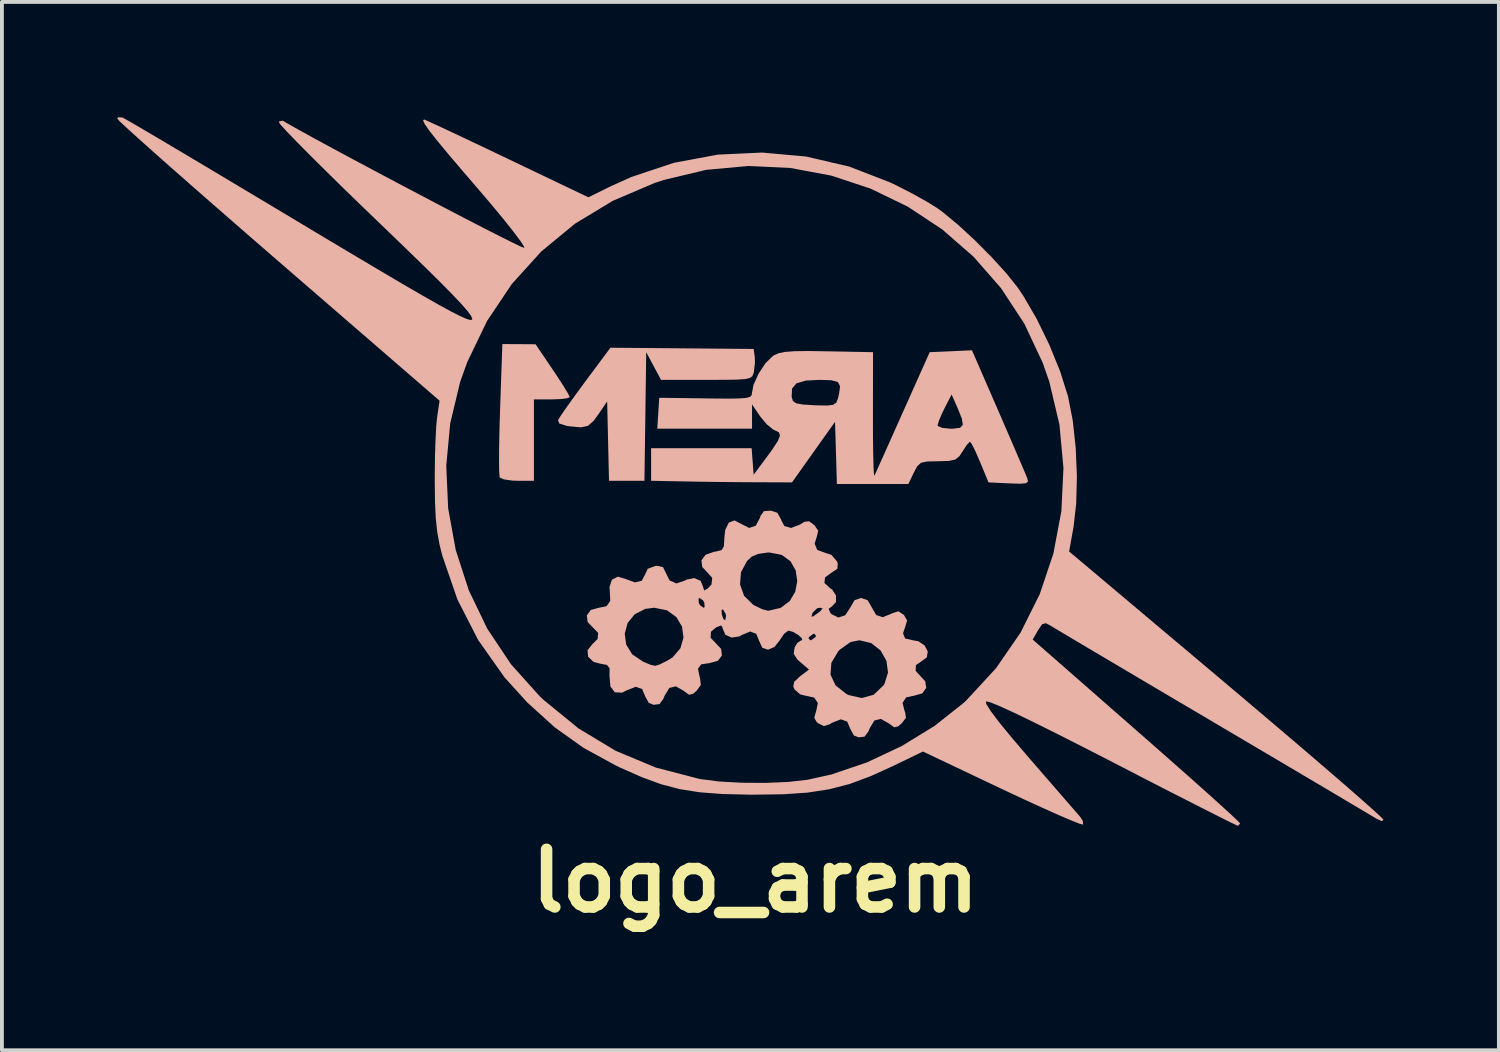
<source format=kicad_pcb>
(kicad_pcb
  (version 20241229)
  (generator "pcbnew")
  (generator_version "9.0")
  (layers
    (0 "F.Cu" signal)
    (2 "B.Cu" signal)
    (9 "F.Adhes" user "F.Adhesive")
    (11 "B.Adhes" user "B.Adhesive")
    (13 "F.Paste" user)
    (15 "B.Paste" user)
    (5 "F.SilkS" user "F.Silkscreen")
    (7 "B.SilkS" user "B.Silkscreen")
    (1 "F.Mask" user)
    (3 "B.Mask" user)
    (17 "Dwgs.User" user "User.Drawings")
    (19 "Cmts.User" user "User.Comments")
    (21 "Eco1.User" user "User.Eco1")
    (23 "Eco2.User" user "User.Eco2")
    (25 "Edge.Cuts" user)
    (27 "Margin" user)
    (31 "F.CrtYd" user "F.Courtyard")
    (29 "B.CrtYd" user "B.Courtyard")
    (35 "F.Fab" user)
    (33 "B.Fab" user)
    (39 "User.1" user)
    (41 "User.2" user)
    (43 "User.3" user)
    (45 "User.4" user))
  (footprint "logo_arem"
    (layer "F.Cu")
    (at 16.011 8.862)
    (property "Reference" "logo_arem" (at 0.584 11 0) (layer "F.SilkS") (effects (font (size 1.5 1.5) (thickness 0.3))))
    (attr board_only exclude_from_pos_files exclude_from_bom)
    (fp_poly (pts (xy -6.054 -1.269) (xy -6.07 -0.748) (xy -6.079 -0.283) (xy -6.081 0.098) (xy -6.077 0.369) (xy -6.065 0.502) (xy -6.062 0.509) (xy -5.954 0.557) (xy -5.736 0.588) (xy -5.592 0.593) (xy -5.174 0.593) (xy -5.174 -0.466) (xy -5.174 -1.524) (xy -4.708 -1.524) (xy -4.453 -1.534) (xy -4.284 -1.56) (xy -4.242 -1.585) (xy -4.287 -1.678) (xy -4.407 -1.876) (xy -4.581 -2.144) (xy -4.687 -2.302) (xy -5.131 -2.958) (xy -5.563 -2.961) (xy -5.995 -2.963)) (stroke (width 0) (type solid)) (fill yes) (layer "B.SilkS"))
    (fp_poly (pts (xy -3.844 -1.981) (xy -4.095 -1.639) (xy -4.309 -1.341) (xy -4.466 -1.115) (xy -4.544 -0.99) (xy -4.547 -0.982) (xy -4.514 -0.896) (xy -4.329 -0.837) (xy -4.237 -0.823) (xy -3.954 -0.797) (xy -3.77 -0.835) (xy -3.621 -0.966) (xy -3.48 -1.16) (xy -3.269 -1.47) (xy -3.245 -0.439) (xy -3.221 0.593) (xy -2.76 0.593) (xy -2.299 0.593) (xy -2.276 -1.079) (xy -2.253 -2.752) (xy -2.061 -2.392) (xy -1.868 -2.032) (xy -0.686 -2.032) (xy -0.218 -2.033) (xy 0.107 -2.038) (xy 0.318 -2.053) (xy 0.442 -2.081) (xy 0.506 -2.127) (xy 0.536 -2.196) (xy 0.547 -2.235) (xy 0.576 -2.485) (xy 0.569 -2.637) (xy 0.541 -2.836) (xy -1.321 -2.852) (xy -3.184 -2.868)) (stroke (width 0) (type solid)) (fill yes) (layer "B.SilkS"))
    (fp_poly (pts (xy 5.67 -2.776) (xy 5.12 -2.752) (xy 4.42 -1.185) (xy 4.205 -0.705) (xy 4.014 -0.277) (xy 3.855 0.077) (xy 3.742 0.33) (xy 3.685 0.457) (xy 3.681 0.466) (xy 3.669 0.412) (xy 3.659 0.213) (xy 3.651 -0.107) (xy 3.645 -0.525) (xy 3.644 -1.017) (xy 3.644 -1.101) (xy 3.645 -1.864) (xy 2.789 -1.864) (xy 2.761 -1.66) (xy 2.731 -1.542) (xy 2.69 -1.438) (xy 2.61 -1.383) (xy 2.45 -1.364) (xy 2.168 -1.37) (xy 2.118 -1.372) (xy 1.816 -1.391) (xy 1.644 -1.423) (xy 1.562 -1.483) (xy 1.53 -1.586) (xy 1.53 -1.592) (xy 1.54 -1.806) (xy 1.655 -1.942) (xy 1.897 -2.013) (xy 2.245 -2.032) (xy 2.558 -2.023) (xy 2.731 -1.976) (xy 2.789 -1.864) (xy 3.645 -1.864) (xy 3.646 -2.752) (xy 2.454 -2.775) (xy 1.961 -2.782) (xy 1.606 -2.777) (xy 1.36 -2.759) (xy 1.192 -2.725) (xy 1.071 -2.672) (xy 1.045 -2.656) (xy 0.849 -2.466) (xy 0.667 -2.191) (xy 0.537 -1.9) (xy 0.499 -1.701) (xy 0.49 -1.635) (xy 0.448 -1.59) (xy 0.345 -1.562) (xy 0.157 -1.548) (xy -0.142 -1.544) (xy -0.579 -1.548) (xy -0.708 -1.55) (xy -1.914 -1.566) (xy -1.94 -1.164) (xy -1.966 -0.762) (xy -0.733 -0.762) (xy 0.499 -0.762) (xy 0.499 -1.078) (xy 0.499 -1.394) (xy 0.709 -1.084) (xy 0.879 -0.879) (xy 1.05 -0.74) (xy 1.097 -0.718) (xy 1.199 -0.667) (xy 1.226 -0.583) (xy 1.169 -0.44) (xy 1.019 -0.211) (xy 0.862 0.003) (xy 0.541 0.434) (xy 0.515 0.09) (xy 0.489 -0.254) (xy -0.818 -0.254) (xy -2.126 -0.254) (xy -2.126 0.169) (xy -2.126 0.593) (xy -1.3 0.609) (xy -0.853 0.617) (xy -0.318 0.624) (xy 0.225 0.629) (xy 0.532 0.631) (xy 1.539 0.635) (xy 2.098 -0.153) (xy 2.658 -0.94) (xy 2.682 -0.131) (xy 2.706 0.677) (xy 3.636 0.677) (xy 4.566 0.677) (xy 4.707 0.381) (xy 4.796 0.214) (xy 4.894 0.125) (xy 5.054 0.091) (xy 5.329 0.085) (xy 5.336 0.085) (xy 5.618 0.077) (xy 5.786 0.04) (xy 5.894 -0.048) (xy 5.973 -0.169) (xy 6.085 -0.339) (xy 6.162 -0.421) (xy 6.169 -0.423) (xy 6.221 -0.351) (xy 6.315 -0.161) (xy 6.43 0.104) (xy 6.431 0.106) (xy 6.649 0.635) (xy 7.183 0.66) (xy 7.471 0.67) (xy 7.625 0.657) (xy 7.676 0.613) (xy 7.66 0.533) (xy 7.611 0.412) (xy 7.504 0.161) (xy 7.352 -0.193) (xy 7.166 -0.624) (xy 7.062 -0.863) (xy 5.982 -0.863) (xy 5.911 -0.785) (xy 5.73 -0.763) (xy 5.664 -0.762) (xy 5.451 -0.782) (xy 5.334 -0.83) (xy 5.325 -0.85) (xy 5.361 -0.973) (xy 5.452 -1.183) (xy 5.507 -1.295) (xy 5.69 -1.651) (xy 5.84 -1.312) (xy 5.955 -1.029) (xy 5.982 -0.863) (xy 7.062 -0.863) (xy 6.957 -1.107) (xy 6.912 -1.21) (xy 6.22 -2.801)) (stroke (width 0) (type solid)) (fill yes) (layer "B.SilkS"))
    (fp_poly (pts (xy -16.011 -8.826) (xy -15.949 -8.758) (xy -15.769 -8.589) (xy -15.482 -8.329) (xy -15.098 -7.985) (xy -14.629 -7.569) (xy -14.084 -7.09) (xy -13.475 -6.557) (xy -12.812 -5.978) (xy -12.106 -5.365) (xy -11.82 -5.117) (xy -7.628 -1.489) (xy -7.692 -1.062) (xy -7.715 -0.819) (xy -7.734 -0.452) (xy -7.748 -0.006) (xy -7.753 0.473) (xy -7.753 0.593) (xy -7.747 1.142) (xy -7.727 1.57) (xy -7.689 1.924) (xy -7.628 2.253) (xy -7.557 2.54) (xy -7.165 3.678) (xy -6.624 4.735) (xy -5.938 5.707) (xy -5.35 6.356) (xy -4.633 7.006) (xy -3.884 7.539) (xy -3.04 8.001) (xy -2.922 8.057) (xy -2.365 8.303) (xy -1.866 8.486) (xy -1.38 8.613) (xy -0.862 8.695) (xy -0.27 8.74) (xy 0.441 8.757) (xy 0.541 8.757) (xy 1.306 8.747) (xy 1.948 8.703) (xy 2.512 8.616) (xy 3.041 8.478) (xy 3.58 8.278) (xy 4.175 8.008) (xy 4.182 8.004) (xy 4.944 7.635) (xy 7.001 8.611) (xy 7.547 8.867) (xy 8.042 9.094) (xy 8.466 9.283) (xy 8.799 9.426) (xy 9.02 9.513) (xy 9.11 9.536) (xy 9.11 9.535) (xy 9.103 9.44) (xy 9.035 9.335) (xy 8.943 9.229) (xy 8.758 9.016) (xy 8.499 8.717) (xy 8.184 8.354) (xy 7.831 7.947) (xy 7.703 7.8) (xy 7.269 7.292) (xy 6.936 6.886) (xy 6.709 6.586) (xy 6.592 6.398) (xy 6.58 6.331) (xy 6.677 6.348) (xy 6.918 6.444) (xy 7.298 6.618) (xy 7.813 6.866) (xy 8.458 7.187) (xy 9.23 7.579) (xy 9.871 7.908) (xy 10.552 8.26) (xy 11.186 8.586) (xy 11.758 8.878) (xy 12.252 9.129) (xy 12.652 9.331) (xy 12.942 9.476) (xy 13.107 9.555) (xy 13.139 9.567) (xy 13.194 9.507) (xy 13.193 9.504) (xy 13.13 9.436) (xy 12.953 9.269) (xy 12.674 9.015) (xy 12.308 8.685) (xy 11.866 8.291) (xy 11.362 7.846) (xy 10.81 7.36) (xy 10.493 7.082) (xy 7.799 4.723) (xy 7.937 4.482) (xy 8.044 4.324) (xy 8.14 4.296) (xy 8.245 4.351) (xy 8.348 4.413) (xy 8.584 4.554) (xy 8.937 4.764) (xy 9.395 5.036) (xy 9.943 5.36) (xy 10.568 5.73) (xy 11.256 6.137) (xy 11.994 6.572) (xy 12.479 6.859) (xy 13.241 7.309) (xy 13.963 7.735) (xy 14.632 8.131) (xy 15.233 8.486) (xy 15.752 8.794) (xy 16.176 9.046) (xy 16.491 9.233) (xy 16.683 9.348) (xy 16.734 9.38) (xy 16.879 9.445) (xy 16.924 9.41) (xy 16.861 9.341) (xy 16.679 9.173) (xy 16.389 8.915) (xy 16.002 8.576) (xy 15.529 8.167) (xy 14.981 7.696) (xy 14.369 7.174) (xy 13.704 6.609) (xy 12.996 6.011) (xy 12.836 5.875) (xy 8.747 2.432) (xy 8.862 1.787) (xy 8.931 1.182) (xy 8.949 0.478) (xy 8.94 0.262) (xy 8.599 0.262) (xy 8.545 1.384) (xy 8.338 2.482) (xy 7.983 3.54) (xy 7.484 4.541) (xy 6.844 5.469) (xy 6.07 6.307) (xy 5.995 6.376) (xy 5.249 6.967) (xy 4.398 7.489) (xy 3.488 7.918) (xy 2.566 8.231) (xy 1.938 8.37) (xy 1.44 8.426) (xy 0.849 8.451) (xy 0.229 8.447) (xy -0.357 8.414) (xy -0.843 8.352) (xy -0.87 8.347) (xy -2.004 8.052) (xy -3.047 7.616) (xy -4.015 7.033) (xy -4.919 6.295) (xy -5.023 6.197) (xy -5.771 5.364) (xy -6.387 4.44) (xy -6.867 3.443) (xy -7.208 2.392) (xy -7.405 1.305) (xy -7.454 0.201) (xy -7.351 -0.9) (xy -7.092 -1.981) (xy -6.908 -2.494) (xy -6.393 -3.563) (xy -5.75 -4.523) (xy -4.985 -5.369) (xy -4.106 -6.094) (xy -3.12 -6.69) (xy -2.034 -7.153) (xy -1.797 -7.231) (xy -0.696 -7.494) (xy 0.407 -7.595) (xy 1.497 -7.543) (xy 2.561 -7.344) (xy 3.583 -7.006) (xy 4.55 -6.537) (xy 5.447 -5.944) (xy 6.261 -5.234) (xy 6.977 -4.415) (xy 7.581 -3.494) (xy 8.058 -2.479) (xy 8.23 -1.988) (xy 8.495 -0.868) (xy 8.599 0.262) (xy 8.94 0.262) (xy 8.918 -0.261) (xy 8.841 -0.972) (xy 8.72 -1.594) (xy 8.716 -1.609) (xy 8.513 -2.252) (xy 8.231 -2.945) (xy 7.9 -3.625) (xy 7.549 -4.227) (xy 7.41 -4.432) (xy 7.112 -4.806) (xy 6.725 -5.23) (xy 6.292 -5.665) (xy 5.856 -6.068) (xy 5.458 -6.396) (xy 5.298 -6.512) (xy 5.036 -6.673) (xy 4.68 -6.871) (xy 4.288 -7.073) (xy 4.109 -7.16) (xy 3.029 -7.579) (xy 1.907 -7.841) (xy 0.761 -7.944) (xy -0.391 -7.89) (xy -1.531 -7.678) (xy -2.642 -7.308) (xy -3.174 -7.068) (xy -3.757 -6.78) (xy -5.876 -7.793) (xy -6.429 -8.057) (xy -6.931 -8.295) (xy -7.362 -8.498) (xy -7.702 -8.657) (xy -7.932 -8.762) (xy -8.03 -8.805) (xy -8.032 -8.805) (xy -8.056 -8.777) (xy -8.015 -8.687) (xy -7.901 -8.522) (xy -7.706 -8.273) (xy -7.421 -7.928) (xy -7.038 -7.477) (xy -6.66 -7.038) (xy -6.295 -6.61) (xy -5.975 -6.224) (xy -5.715 -5.898) (xy -5.53 -5.651) (xy -5.432 -5.501) (xy -5.424 -5.464) (xy -5.507 -5.495) (xy -5.72 -5.597) (xy -6.045 -5.759) (xy -6.463 -5.972) (xy -6.954 -6.225) (xy -7.501 -6.51) (xy -8.083 -6.816) (xy -8.683 -7.132) (xy -9.282 -7.45) (xy -9.861 -7.759) (xy -10.401 -8.049) (xy -10.883 -8.311) (xy -11.288 -8.534) (xy -11.598 -8.709) (xy -11.708 -8.774) (xy -11.799 -8.752) (xy -11.81 -8.737) (xy -11.76 -8.665) (xy -11.6 -8.489) (xy -11.342 -8.222) (xy -10.998 -7.875) (xy -10.581 -7.461) (xy -10.104 -6.992) (xy -9.577 -6.482) (xy -9.272 -6.188) (xy -8.617 -5.557) (xy -8.077 -5.033) (xy -7.643 -4.606) (xy -7.308 -4.267) (xy -7.063 -4.008) (xy -6.898 -3.819) (xy -6.806 -3.692) (xy -6.777 -3.617) (xy -6.783 -3.597) (xy -6.829 -3.589) (xy -6.93 -3.619) (xy -7.096 -3.692) (xy -7.336 -3.815) (xy -7.659 -3.991) (xy -8.075 -4.227) (xy -8.593 -4.528) (xy -9.223 -4.9) (xy -9.974 -5.346) (xy -10.856 -5.873) (xy -11.308 -6.144) (xy -12.1 -6.619) (xy -12.851 -7.068) (xy -13.548 -7.485) (xy -14.178 -7.86) (xy -14.728 -8.187) (xy -15.186 -8.457) (xy -15.538 -8.664) (xy -15.772 -8.799) (xy -15.874 -8.855) (xy -15.875 -8.856) (xy -15.99 -8.862)) (stroke (width 0) (type solid)) (fill yes) (layer "B.SilkS"))
    (fp_poly (pts (xy 0.808 1.383) (xy 0.72 1.505) (xy 0.706 1.555) (xy 0.596 1.761) (xy 0.426 1.82) (xy 0.228 1.72) (xy 0.228 1.72) (xy 0.043 1.624) (xy -0.106 1.681) (xy -0.199 1.874) (xy -0.221 2.084) (xy -0.233 2.299) (xy -0.296 2.398) (xy -0.449 2.435) (xy -0.487 2.439) (xy -0.708 2.516) (xy -0.817 2.663) (xy -0.796 2.835) (xy -0.686 2.952) (xy -0.536 3.118) (xy -0.555 3.288) (xy -0.644 3.387) (xy -0.744 3.446) (xy -0.771 3.37) (xy -0.771 3.359) (xy -0.838 3.195) (xy -1.002 3.123) (xy -1.205 3.164) (xy -1.241 3.186) (xy -1.468 3.264) (xy -1.645 3.185) (xy -1.74 2.994) (xy -1.815 2.84) (xy -1.967 2.805) (xy -2.023 2.81) (xy -2.215 2.883) (xy -2.279 3.022) (xy -2.368 3.192) (xy -2.546 3.237) (xy -2.78 3.15) (xy -2.782 3.148) (xy -2.992 3.087) (xy -3.146 3.166) (xy -3.209 3.357) (xy -3.2 3.461) (xy -3.189 3.719) (xy -3.287 3.857) (xy -3.484 3.895) (xy -3.694 3.953) (xy -3.798 4.094) (xy -3.777 4.265) (xy -3.661 4.388) (xy -3.504 4.548) (xy -3.517 4.708) (xy -3.649 4.837) (xy -3.778 4.998) (xy -3.765 5.168) (xy -3.625 5.302) (xy -3.451 5.35) (xy -3.273 5.383) (xy -3.206 5.47) (xy -3.208 5.668) (xy -3.208 5.672) (xy -3.184 5.945) (xy -3.069 6.095) (xy -2.884 6.104) (xy -2.752 6.04) (xy -2.524 5.951) (xy -2.36 6.009) (xy -2.281 6.197) (xy -2.186 6.371) (xy -2.06 6.42) (xy -1.907 6.4) (xy -1.806 6.262) (xy -1.777 6.187) (xy -1.652 5.981) (xy -1.483 5.939) (xy -1.272 6.06) (xy -1.265 6.067) (xy -1.138 6.159) (xy -1.033 6.132) (xy -0.946 6.058) (xy -0.833 5.905) (xy -0.854 5.721) (xy -0.862 5.7) (xy -0.907 5.482) (xy -0.824 5.367) (xy -0.603 5.334) (xy -0.39 5.276) (xy -0.284 5.137) (xy -0.304 4.966) (xy -0.421 4.841) (xy -0.577 4.678) (xy -0.577 4.67) (xy -1.284 4.67) (xy -1.364 4.95) (xy -1.57 5.188) (xy -1.703 5.27) (xy -1.9 5.369) (xy -2.018 5.405) (xy -2.133 5.382) (xy -2.322 5.303) (xy -2.333 5.299) (xy -2.618 5.107) (xy -2.775 4.851) (xy -2.812 4.568) (xy -2.737 4.294) (xy -2.556 4.068) (xy -2.279 3.925) (xy -2.045 3.895) (xy -1.712 3.962) (xy -1.468 4.139) (xy -1.322 4.387) (xy -1.284 4.67) (xy -0.577 4.67) (xy -0.57 4.52) (xy -0.432 4.403) (xy -0.302 4.355) (xy -0.263 4.422) (xy -0.263 4.439) (xy -0.195 4.598) (xy -0.031 4.672) (xy 0.171 4.64) (xy 0.236 4.603) (xy 0.452 4.513) (xy 0.609 4.574) (xy 0.683 4.757) (xy 0.765 4.935) (xy 0.915 4.987) (xy 1.085 4.914) (xy 1.216 4.747) (xy 1.333 4.573) (xy 1.443 4.491) (xy 1.454 4.49) (xy 1.572 4.526) (xy 1.702 4.604) (xy 1.796 4.687) (xy 1.803 4.738) (xy 1.782 4.741) (xy 1.676 4.811) (xy 1.606 4.932) (xy 1.583 5.091) (xy 1.674 5.237) (xy 1.757 5.312) (xy 1.981 5.503) (xy 1.748 5.679) (xy 1.596 5.82) (xy 1.571 5.94) (xy 1.603 6.018) (xy 1.751 6.149) (xy 1.882 6.181) (xy 2.116 6.231) (xy 2.211 6.373) (xy 2.168 6.581) (xy 2.117 6.753) (xy 2.179 6.867) (xy 2.227 6.905) (xy 2.367 6.973) (xy 2.512 6.93) (xy 2.582 6.886) (xy 2.81 6.797) (xy 2.974 6.856) (xy 3.053 7.043) (xy 3.148 7.218) (xy 3.274 7.266) (xy 3.427 7.247) (xy 3.528 7.109) (xy 3.557 7.034) (xy 3.682 6.828) (xy 3.851 6.786) (xy 4.062 6.907) (xy 4.069 6.913) (xy 4.195 7.005) (xy 4.3 6.979) (xy 4.391 6.903) (xy 4.503 6.757) (xy 4.48 6.608) (xy 4.469 6.587) (xy 4.414 6.37) (xy 4.507 6.228) (xy 4.72 6.181) (xy 4.928 6.122) (xy 5.03 5.98) (xy 5.004 5.808) (xy 4.898 5.694) (xy 4.795 5.58) (xy 4.036 5.58) (xy 3.943 5.876) (xy 3.919 5.914) (xy 3.662 6.159) (xy 3.355 6.244) (xy 3.011 6.166) (xy 2.953 6.137) (xy 2.672 5.915) (xy 2.54 5.635) (xy 2.562 5.329) (xy 2.741 5.028) (xy 2.778 4.989) (xy 3.06 4.788) (xy 3.293 4.741) (xy 3.601 4.815) (xy 3.843 5.007) (xy 3.995 5.277) (xy 4.036 5.58) (xy 4.795 5.58) (xy 4.755 5.535) (xy 4.761 5.388) (xy 4.902 5.292) (xy 5.046 5.185) (xy 5.069 5.031) (xy 4.988 4.876) (xy 4.824 4.766) (xy 4.678 4.741) (xy 4.48 4.694) (xy 4.452 4.624) (xy 2.163 4.624) (xy 2.15 4.657) (xy 2.038 4.738) (xy 2.013 4.741) (xy 1.967 4.689) (xy 1.981 4.657) (xy 2.093 4.575) (xy 2.118 4.572) (xy 2.163 4.624) (xy 4.452 4.624) (xy 4.426 4.558) (xy 4.483 4.395) (xy 4.533 4.226) (xy 4.451 4.085) (xy 4.443 4.077) (xy 4.306 3.987) (xy 4.157 4.034) (xy 4.139 4.044) (xy 3.9 4.141) (xy 3.728 4.084) (xy 3.619 3.895) (xy 3.506 3.699) (xy 3.336 3.641) (xy 3.335 3.641) (xy 3.165 3.699) (xy 3.052 3.894) (xy 3.052 3.895) (xy 2.922 4.091) (xy 2.745 4.15) (xy 2.565 4.06) (xy 2.539 4.032) (xy 2.491 3.923) (xy 2.505 3.912) (xy 2.336 3.912) (xy 2.275 3.984) (xy 2.23 4.019) (xy 2.085 4.123) (xy 2.044 4.124) (xy 2.048 4.111) (xy -0.178 4.111) (xy -0.199 4.225) (xy -0.247 4.184) (xy -0.288 4.064) (xy -0.293 3.949) (xy -0.255 3.942) (xy -0.185 4.059) (xy -0.178 4.111) (xy 2.048 4.111) (xy 2.076 4.023) (xy 2.077 4.022) (xy 2.193 3.909) (xy 2.26 3.895) (xy 2.336 3.912) (xy 2.505 3.912) (xy 2.571 3.865) (xy 2.682 3.75) (xy 2.684 3.579) (xy 2.584 3.423) (xy 2.531 3.387) (xy 2.382 3.251) (xy 2.388 3.199) (xy 1.675 3.199) (xy 1.624 3.476) (xy 1.481 3.72) (xy 1.246 3.898) (xy 0.922 3.974) (xy 0.769 3.935) (xy 0.648 3.877) (xy -0.734 3.877) (xy -0.765 3.895) (xy -0.855 3.827) (xy -0.886 3.768) (xy -0.892 3.658) (xy -0.862 3.641) (xy -0.772 3.708) (xy -0.741 3.768) (xy -0.734 3.877) (xy 0.648 3.877) (xy 0.559 3.834) (xy 0.525 3.814) (xy 0.292 3.584) (xy 0.187 3.289) (xy 0.211 2.974) (xy 0.366 2.684) (xy 0.492 2.564) (xy 0.663 2.495) (xy 0.908 2.459) (xy 0.947 2.458) (xy 1.27 2.519) (xy 1.499 2.686) (xy 1.634 2.924) (xy 1.675 3.199) (xy 2.388 3.199) (xy 2.398 3.107) (xy 2.571 2.98) (xy 2.718 2.882) (xy 2.729 2.749) (xy 2.71 2.691) (xy 2.564 2.519) (xy 2.411 2.47) (xy 2.196 2.391) (xy 2.127 2.23) (xy 2.183 2.049) (xy 2.221 1.892) (xy 2.122 1.749) (xy 2.112 1.74) (xy 1.983 1.646) (xy 1.866 1.659) (xy 1.746 1.731) (xy 1.514 1.82) (xy 1.337 1.768) (xy 1.245 1.586) (xy 1.245 1.58) (xy 1.158 1.425) (xy 0.989 1.37)) (stroke (width 0) (type solid)) (fill yes) (layer "B.SilkS")))
  (gr_rect
    (start -3 -3)
    (end 35.935 24.266)
    (stroke (width 0.1) (type default))
    (fill no)
    (layer "Edge.Cuts")))
</source>
